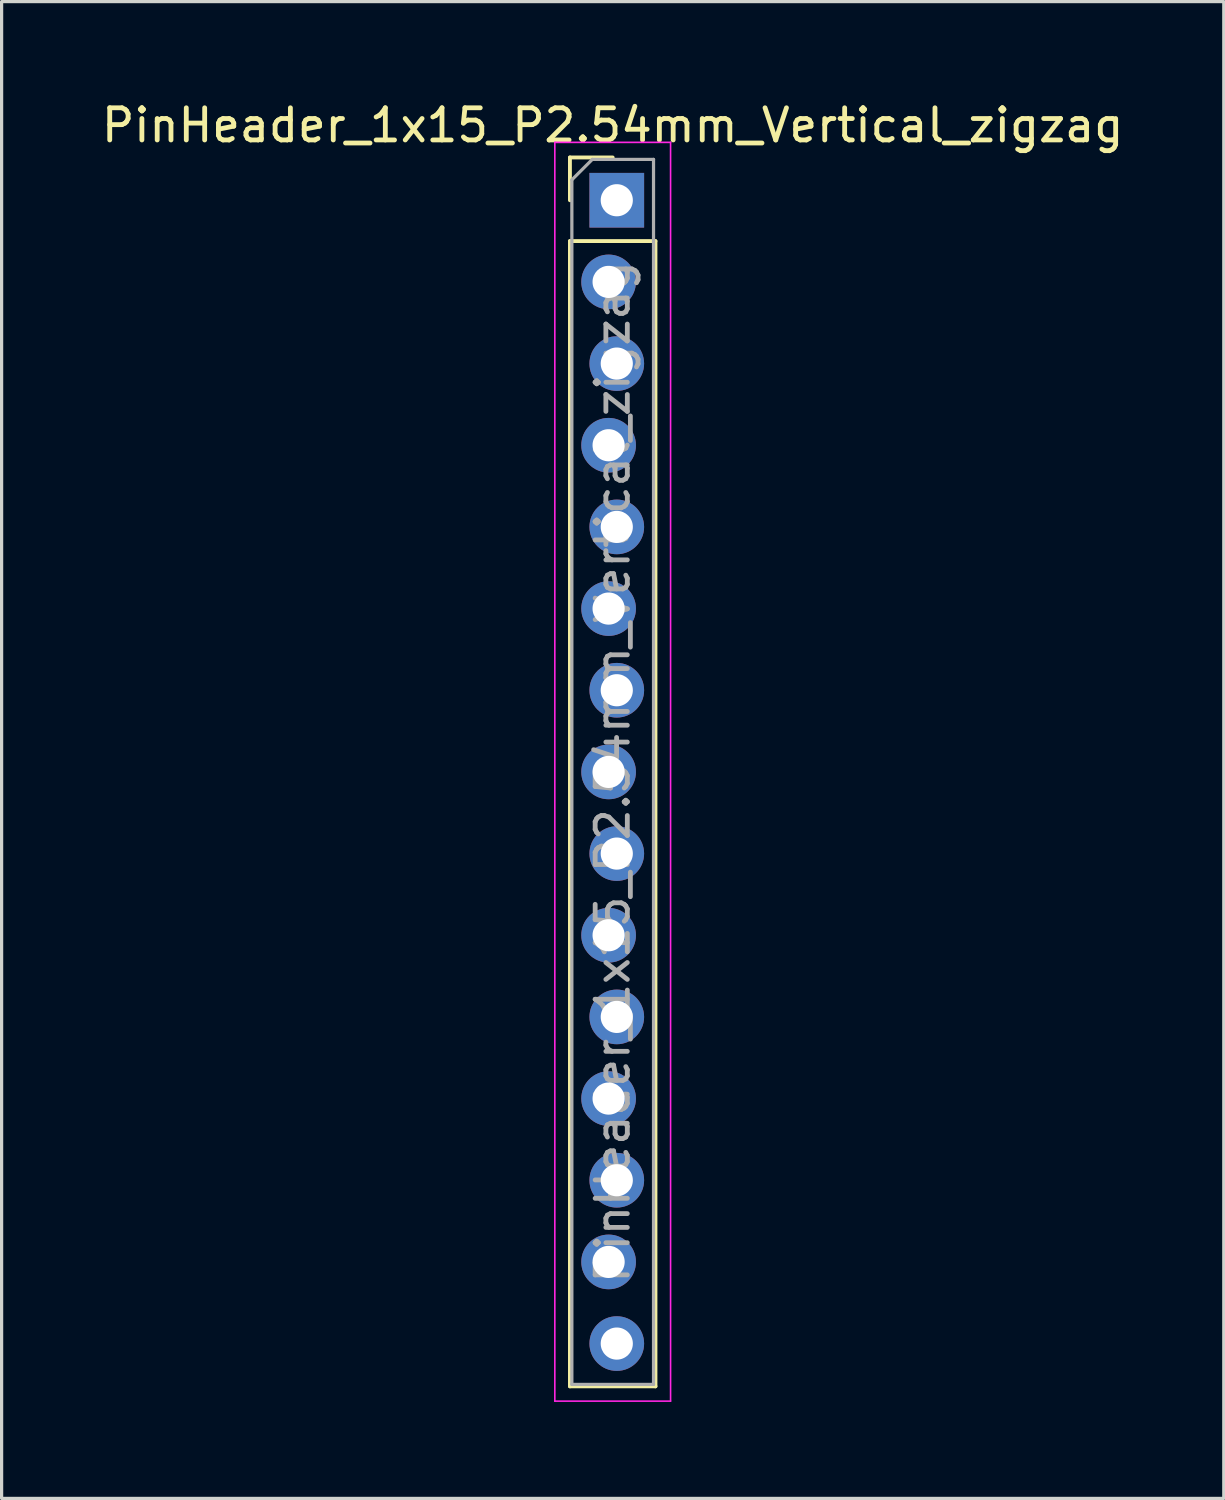
<source format=kicad_pcb>
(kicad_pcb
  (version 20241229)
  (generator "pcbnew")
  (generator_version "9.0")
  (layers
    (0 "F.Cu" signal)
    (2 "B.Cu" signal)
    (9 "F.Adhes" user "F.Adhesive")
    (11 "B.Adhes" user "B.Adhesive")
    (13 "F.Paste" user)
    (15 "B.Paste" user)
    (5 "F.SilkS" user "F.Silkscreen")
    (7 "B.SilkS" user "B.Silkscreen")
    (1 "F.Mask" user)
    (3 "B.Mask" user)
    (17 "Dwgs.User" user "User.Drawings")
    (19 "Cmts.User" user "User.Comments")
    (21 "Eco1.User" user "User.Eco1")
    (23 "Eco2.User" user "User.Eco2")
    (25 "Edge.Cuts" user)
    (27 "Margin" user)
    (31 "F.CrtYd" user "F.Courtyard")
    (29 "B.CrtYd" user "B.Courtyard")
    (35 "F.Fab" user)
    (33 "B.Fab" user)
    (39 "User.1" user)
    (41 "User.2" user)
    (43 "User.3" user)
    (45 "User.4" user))
  (footprint "PinHeader_1x15_P2.54mm_Vertical_zigzag"
    (layer "F.Cu")
    (at 16.006 3.178)
    (property "Reference" "PinHeader_1x15_P2.54mm_Vertical_zigzag" (at 0 -2.33 0) (layer "F.SilkS") (effects (font (size 1 1) (thickness 0.15))))
    (attr through_hole)
    (fp_line (start -1.33 -1.33) (end 0 -1.33) (stroke (width 0.12) (type solid)) (layer "F.SilkS"))
    (fp_line (start -1.33 0) (end -1.33 -1.33) (stroke (width 0.12) (type solid)) (layer "F.SilkS"))
    (fp_line (start -1.33 1.27) (end -1.33 36.89) (stroke (width 0.12) (type solid)) (layer "F.SilkS"))
    (fp_line (start -1.33 1.27) (end 1.33 1.27) (stroke (width 0.12) (type solid)) (layer "F.SilkS"))
    (fp_line (start -1.33 36.89) (end 1.33 36.89) (stroke (width 0.12) (type solid)) (layer "F.SilkS"))
    (fp_line (start 1.33 1.27) (end 1.33 36.89) (stroke (width 0.12) (type solid)) (layer "F.SilkS"))
    (fp_line (start -1.8 -1.8) (end -1.8 37.35) (stroke (width 0.05) (type solid)) (layer "F.CrtYd"))
    (fp_line (start -1.8 37.35) (end 1.8 37.35) (stroke (width 0.05) (type solid)) (layer "F.CrtYd"))
    (fp_line (start 1.8 -1.8) (end -1.8 -1.8) (stroke (width 0.05) (type solid)) (layer "F.CrtYd"))
    (fp_line (start 1.8 37.35) (end 1.8 -1.8) (stroke (width 0.05) (type solid)) (layer "F.CrtYd"))
    (fp_line (start -1.27 -0.635) (end -0.635 -1.27) (stroke (width 0.1) (type solid)) (layer "F.Fab"))
    (fp_line (start -1.27 36.83) (end -1.27 -0.635) (stroke (width 0.1) (type solid)) (layer "F.Fab"))
    (fp_line (start -0.635 -1.27) (end 1.27 -1.27) (stroke (width 0.1) (type solid)) (layer "F.Fab"))
    (fp_line (start 1.27 -1.27) (end 1.27 36.83) (stroke (width 0.1) (type solid)) (layer "F.Fab"))
    (fp_line (start 1.27 36.83) (end -1.27 36.83) (stroke (width 0.1) (type solid)) (layer "F.Fab"))
    (fp_text user "${REFERENCE}" (at 0 17.78 90) (layer "F.Fab") (effects (font (size 1 1) (thickness 0.15))))
    (pad "1" thru_hole rect (at 0.127 0) (size 1.7 1.7) (drill 1) (layers "*.Cu" "*.Mask"))
    (pad "2" thru_hole oval (at -0.127 2.54) (size 1.7 1.7) (drill 1) (layers "*.Cu" "*.Mask"))
    (pad "3" thru_hole oval (at 0.127 5.08) (size 1.7 1.7) (drill 1) (layers "*.Cu" "*.Mask"))
    (pad "4" thru_hole oval (at -0.127 7.62) (size 1.7 1.7) (drill 1) (layers "*.Cu" "*.Mask"))
    (pad "5" thru_hole oval (at 0.127 10.16) (size 1.7 1.7) (drill 1) (layers "*.Cu" "*.Mask"))
    (pad "6" thru_hole oval (at -0.127 12.7) (size 1.7 1.7) (drill 1) (layers "*.Cu" "*.Mask"))
    (pad "7" thru_hole oval (at 0.127 15.24) (size 1.7 1.7) (drill 1) (layers "*.Cu" "*.Mask"))
    (pad "8" thru_hole oval (at -0.127 17.78) (size 1.7 1.7) (drill 1) (layers "*.Cu" "*.Mask"))
    (pad "9" thru_hole oval (at 0.127 20.32) (size 1.7 1.7) (drill 1) (layers "*.Cu" "*.Mask"))
    (pad "10" thru_hole oval (at -0.127 22.86) (size 1.7 1.7) (drill 1) (layers "*.Cu" "*.Mask"))
    (pad "11" thru_hole oval (at 0.127 25.4) (size 1.7 1.7) (drill 1) (layers "*.Cu" "*.Mask"))
    (pad "12" thru_hole oval (at -0.127 27.94) (size 1.7 1.7) (drill 1) (layers "*.Cu" "*.Mask"))
    (pad "13" thru_hole oval (at 0.127 30.48) (size 1.7 1.7) (drill 1) (layers "*.Cu" "*.Mask"))
    (pad "14" thru_hole oval (at -0.127 33.02) (size 1.7 1.7) (drill 1) (layers "*.Cu" "*.Mask"))
    (pad "15" thru_hole oval (at 0.127 35.56) (size 1.7 1.7) (drill 1) (layers "*.Cu" "*.Mask")))
  (gr_rect
    (start -3 -3)
    (end 35.012 43.553)
    (stroke (width 0.1) (type default))
    (fill no)
    (layer "Edge.Cuts")))
</source>
